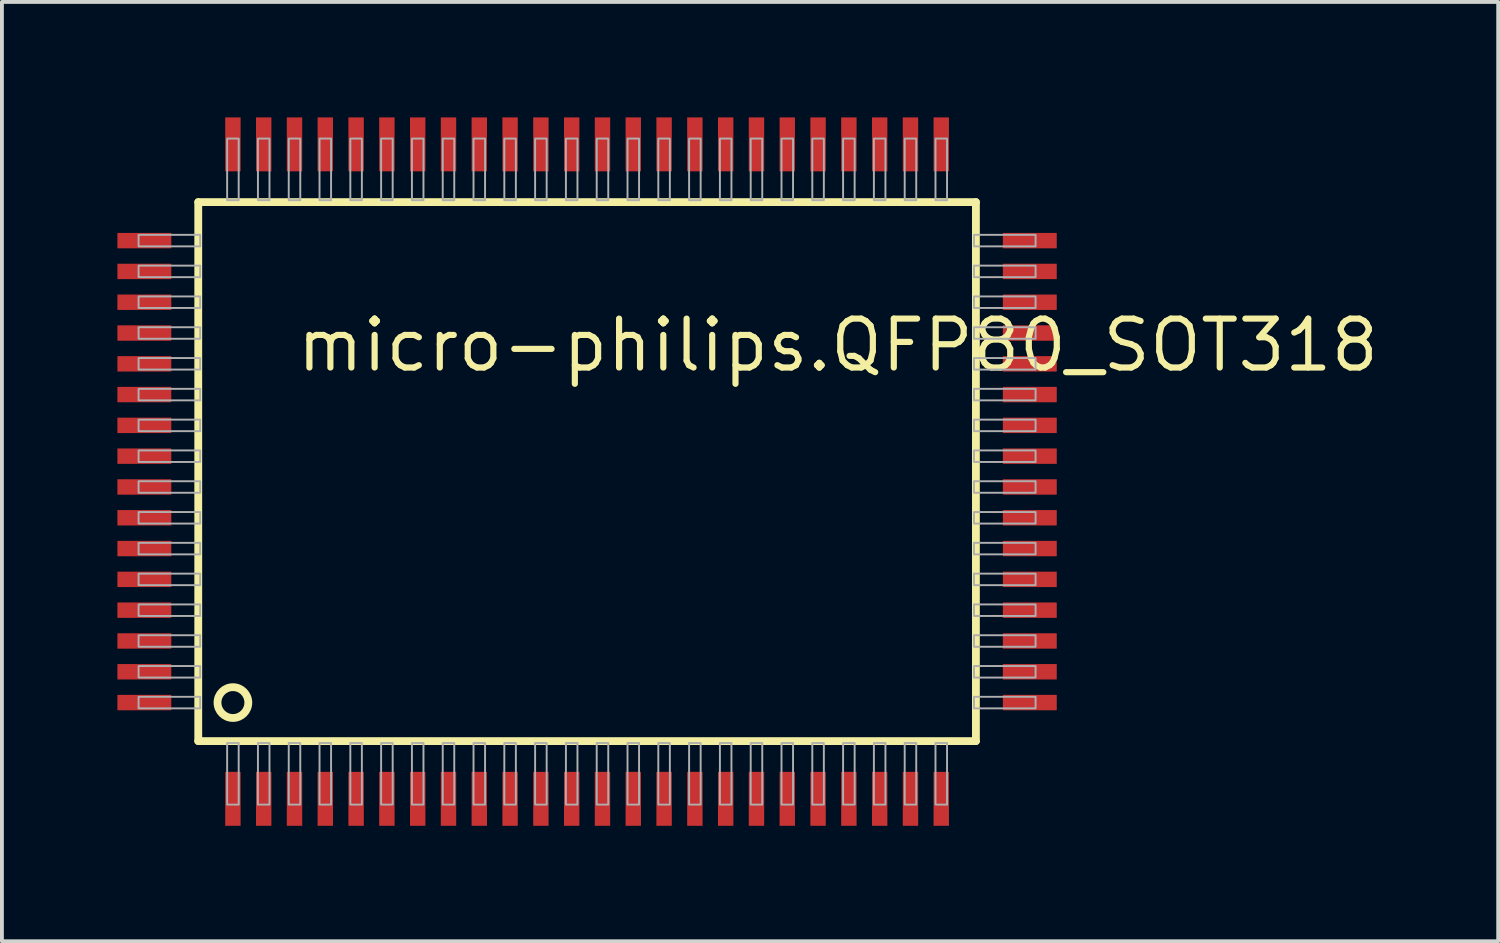
<source format=kicad_pcb>
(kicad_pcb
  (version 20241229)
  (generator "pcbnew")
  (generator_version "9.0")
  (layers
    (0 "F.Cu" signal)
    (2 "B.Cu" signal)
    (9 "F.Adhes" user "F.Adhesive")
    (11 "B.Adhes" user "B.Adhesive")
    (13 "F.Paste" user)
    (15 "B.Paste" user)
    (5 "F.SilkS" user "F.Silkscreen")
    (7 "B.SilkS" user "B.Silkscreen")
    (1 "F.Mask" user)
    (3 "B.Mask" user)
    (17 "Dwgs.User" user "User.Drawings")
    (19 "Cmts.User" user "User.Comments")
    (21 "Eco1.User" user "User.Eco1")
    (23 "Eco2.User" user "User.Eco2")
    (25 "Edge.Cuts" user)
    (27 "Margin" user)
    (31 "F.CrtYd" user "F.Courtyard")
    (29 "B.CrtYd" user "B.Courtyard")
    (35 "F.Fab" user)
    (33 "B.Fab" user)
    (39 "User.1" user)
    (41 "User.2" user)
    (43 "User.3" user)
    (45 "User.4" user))
  (footprint "micro-philips.QFP80_SOT318"
    (layer "F.Cu")
    (at 12.2 9.2)
    (property "Reference" "micro-philips.QFP80_SOT318" (at -7.62 -2.54 0) (layer "F.SilkS") (effects (font (size 1.27 1.27) (thickness 0.16)) (justify left bottom)))
    (attr smd)
    (fp_line (start -10.1 -7) (end 10.1 -7) (stroke (width 0.203) (type default)) (layer "F.SilkS"))
    (fp_line (start -10.1 7) (end -10.1 -7) (stroke (width 0.203) (type default)) (layer "F.SilkS"))
    (fp_line (start 10.1 -7) (end 10.1 7) (stroke (width 0.203) (type default)) (layer "F.SilkS"))
    (fp_line (start 10.1 7) (end -10.1 7) (stroke (width 0.203) (type default)) (layer "F.SilkS"))
    (fp_circle (center -9.2 6) (end -8.8 6) (stroke (width 0.203) (type default)) (fill no) (layer "F.SilkS"))
    (fp_rect (start -11.65 -5.85) (end -10.05 -6.15) (stroke (width 0.05) (type default)) (fill no) (layer "F.Fab"))
    (fp_rect (start -11.65 -5.05) (end -10.05 -5.35) (stroke (width 0.05) (type default)) (fill no) (layer "F.Fab"))
    (fp_rect (start -11.65 -4.25) (end -10.05 -4.55) (stroke (width 0.05) (type default)) (fill no) (layer "F.Fab"))
    (fp_rect (start -11.65 -3.45) (end -10.05 -3.75) (stroke (width 0.05) (type default)) (fill no) (layer "F.Fab"))
    (fp_rect (start -11.65 -2.65) (end -10.05 -2.95) (stroke (width 0.05) (type default)) (fill no) (layer "F.Fab"))
    (fp_rect (start -11.65 -1.85) (end -10.05 -2.15) (stroke (width 0.05) (type default)) (fill no) (layer "F.Fab"))
    (fp_rect (start -11.65 -1.05) (end -10.05 -1.35) (stroke (width 0.05) (type default)) (fill no) (layer "F.Fab"))
    (fp_rect (start -11.65 -0.25) (end -10.05 -0.55) (stroke (width 0.05) (type default)) (fill no) (layer "F.Fab"))
    (fp_rect (start -11.65 0.55) (end -10.05 0.25) (stroke (width 0.05) (type default)) (fill no) (layer "F.Fab"))
    (fp_rect (start -11.65 1.35) (end -10.05 1.05) (stroke (width 0.05) (type default)) (fill no) (layer "F.Fab"))
    (fp_rect (start -11.65 2.15) (end -10.05 1.85) (stroke (width 0.05) (type default)) (fill no) (layer "F.Fab"))
    (fp_rect (start -11.65 2.95) (end -10.05 2.65) (stroke (width 0.05) (type default)) (fill no) (layer "F.Fab"))
    (fp_rect (start -11.65 3.75) (end -10.05 3.45) (stroke (width 0.05) (type default)) (fill no) (layer "F.Fab"))
    (fp_rect (start -11.65 4.55) (end -10.05 4.25) (stroke (width 0.05) (type default)) (fill no) (layer "F.Fab"))
    (fp_rect (start -11.65 5.35) (end -10.05 5.05) (stroke (width 0.05) (type default)) (fill no) (layer "F.Fab"))
    (fp_rect (start -11.65 6.15) (end -10.05 5.85) (stroke (width 0.05) (type default)) (fill no) (layer "F.Fab"))
    (fp_rect (start -9.35 -7.05) (end -9.05 -8.65) (stroke (width 0.05) (type default)) (fill no) (layer "F.Fab"))
    (fp_rect (start -9.35 8.65) (end -9.05 7.05) (stroke (width 0.05) (type default)) (fill no) (layer "F.Fab"))
    (fp_rect (start -8.55 -7.05) (end -8.25 -8.65) (stroke (width 0.05) (type default)) (fill no) (layer "F.Fab"))
    (fp_rect (start -8.55 8.65) (end -8.25 7.05) (stroke (width 0.05) (type default)) (fill no) (layer "F.Fab"))
    (fp_rect (start -7.75 -7.05) (end -7.45 -8.65) (stroke (width 0.05) (type default)) (fill no) (layer "F.Fab"))
    (fp_rect (start -7.75 8.65) (end -7.45 7.05) (stroke (width 0.05) (type default)) (fill no) (layer "F.Fab"))
    (fp_rect (start -6.95 -7.05) (end -6.65 -8.65) (stroke (width 0.05) (type default)) (fill no) (layer "F.Fab"))
    (fp_rect (start -6.95 8.65) (end -6.65 7.05) (stroke (width 0.05) (type default)) (fill no) (layer "F.Fab"))
    (fp_rect (start -6.15 -7.05) (end -5.85 -8.65) (stroke (width 0.05) (type default)) (fill no) (layer "F.Fab"))
    (fp_rect (start -6.15 8.65) (end -5.85 7.05) (stroke (width 0.05) (type default)) (fill no) (layer "F.Fab"))
    (fp_rect (start -5.35 -7.05) (end -5.05 -8.65) (stroke (width 0.05) (type default)) (fill no) (layer "F.Fab"))
    (fp_rect (start -5.35 8.65) (end -5.05 7.05) (stroke (width 0.05) (type default)) (fill no) (layer "F.Fab"))
    (fp_rect (start -4.55 -7.05) (end -4.25 -8.65) (stroke (width 0.05) (type default)) (fill no) (layer "F.Fab"))
    (fp_rect (start -4.55 8.65) (end -4.25 7.05) (stroke (width 0.05) (type default)) (fill no) (layer "F.Fab"))
    (fp_rect (start -3.75 -7.05) (end -3.45 -8.65) (stroke (width 0.05) (type default)) (fill no) (layer "F.Fab"))
    (fp_rect (start -3.75 8.65) (end -3.45 7.05) (stroke (width 0.05) (type default)) (fill no) (layer "F.Fab"))
    (fp_rect (start -2.95 -7.05) (end -2.65 -8.65) (stroke (width 0.05) (type default)) (fill no) (layer "F.Fab"))
    (fp_rect (start -2.95 8.65) (end -2.65 7.05) (stroke (width 0.05) (type default)) (fill no) (layer "F.Fab"))
    (fp_rect (start -2.15 -7.05) (end -1.85 -8.65) (stroke (width 0.05) (type default)) (fill no) (layer "F.Fab"))
    (fp_rect (start -2.15 8.65) (end -1.85 7.05) (stroke (width 0.05) (type default)) (fill no) (layer "F.Fab"))
    (fp_rect (start -1.35 -7.05) (end -1.05 -8.65) (stroke (width 0.05) (type default)) (fill no) (layer "F.Fab"))
    (fp_rect (start -1.35 8.65) (end -1.05 7.05) (stroke (width 0.05) (type default)) (fill no) (layer "F.Fab"))
    (fp_rect (start -0.55 -7.05) (end -0.25 -8.65) (stroke (width 0.05) (type default)) (fill no) (layer "F.Fab"))
    (fp_rect (start -0.55 8.65) (end -0.25 7.05) (stroke (width 0.05) (type default)) (fill no) (layer "F.Fab"))
    (fp_rect (start 0.25 -7.05) (end 0.55 -8.65) (stroke (width 0.05) (type default)) (fill no) (layer "F.Fab"))
    (fp_rect (start 0.25 8.65) (end 0.55 7.05) (stroke (width 0.05) (type default)) (fill no) (layer "F.Fab"))
    (fp_rect (start 1.05 -7.05) (end 1.35 -8.65) (stroke (width 0.05) (type default)) (fill no) (layer "F.Fab"))
    (fp_rect (start 1.05 8.65) (end 1.35 7.05) (stroke (width 0.05) (type default)) (fill no) (layer "F.Fab"))
    (fp_rect (start 1.85 -7.05) (end 2.15 -8.65) (stroke (width 0.05) (type default)) (fill no) (layer "F.Fab"))
    (fp_rect (start 1.85 8.65) (end 2.15 7.05) (stroke (width 0.05) (type default)) (fill no) (layer "F.Fab"))
    (fp_rect (start 2.65 -7.05) (end 2.95 -8.65) (stroke (width 0.05) (type default)) (fill no) (layer "F.Fab"))
    (fp_rect (start 2.65 8.65) (end 2.95 7.05) (stroke (width 0.05) (type default)) (fill no) (layer "F.Fab"))
    (fp_rect (start 3.45 -7.05) (end 3.75 -8.65) (stroke (width 0.05) (type default)) (fill no) (layer "F.Fab"))
    (fp_rect (start 3.45 8.65) (end 3.75 7.05) (stroke (width 0.05) (type default)) (fill no) (layer "F.Fab"))
    (fp_rect (start 4.25 -7.05) (end 4.55 -8.65) (stroke (width 0.05) (type default)) (fill no) (layer "F.Fab"))
    (fp_rect (start 4.25 8.65) (end 4.55 7.05) (stroke (width 0.05) (type default)) (fill no) (layer "F.Fab"))
    (fp_rect (start 5.05 -7.05) (end 5.35 -8.65) (stroke (width 0.05) (type default)) (fill no) (layer "F.Fab"))
    (fp_rect (start 5.05 8.65) (end 5.35 7.05) (stroke (width 0.05) (type default)) (fill no) (layer "F.Fab"))
    (fp_rect (start 5.85 -7.05) (end 6.15 -8.65) (stroke (width 0.05) (type default)) (fill no) (layer "F.Fab"))
    (fp_rect (start 5.85 8.65) (end 6.15 7.05) (stroke (width 0.05) (type default)) (fill no) (layer "F.Fab"))
    (fp_rect (start 6.65 -7.05) (end 6.95 -8.65) (stroke (width 0.05) (type default)) (fill no) (layer "F.Fab"))
    (fp_rect (start 6.65 8.65) (end 6.95 7.05) (stroke (width 0.05) (type default)) (fill no) (layer "F.Fab"))
    (fp_rect (start 7.45 -7.05) (end 7.75 -8.65) (stroke (width 0.05) (type default)) (fill no) (layer "F.Fab"))
    (fp_rect (start 7.45 8.65) (end 7.75 7.05) (stroke (width 0.05) (type default)) (fill no) (layer "F.Fab"))
    (fp_rect (start 8.25 -7.05) (end 8.55 -8.65) (stroke (width 0.05) (type default)) (fill no) (layer "F.Fab"))
    (fp_rect (start 8.25 8.65) (end 8.55 7.05) (stroke (width 0.05) (type default)) (fill no) (layer "F.Fab"))
    (fp_rect (start 9.05 -7.05) (end 9.35 -8.65) (stroke (width 0.05) (type default)) (fill no) (layer "F.Fab"))
    (fp_rect (start 9.05 8.65) (end 9.35 7.05) (stroke (width 0.05) (type default)) (fill no) (layer "F.Fab"))
    (fp_rect (start 10.05 -5.85) (end 11.65 -6.15) (stroke (width 0.05) (type default)) (fill no) (layer "F.Fab"))
    (fp_rect (start 10.05 -5.05) (end 11.65 -5.35) (stroke (width 0.05) (type default)) (fill no) (layer "F.Fab"))
    (fp_rect (start 10.05 -4.25) (end 11.65 -4.55) (stroke (width 0.05) (type default)) (fill no) (layer "F.Fab"))
    (fp_rect (start 10.05 -3.45) (end 11.65 -3.75) (stroke (width 0.05) (type default)) (fill no) (layer "F.Fab"))
    (fp_rect (start 10.05 -2.65) (end 11.65 -2.95) (stroke (width 0.05) (type default)) (fill no) (layer "F.Fab"))
    (fp_rect (start 10.05 -1.85) (end 11.65 -2.15) (stroke (width 0.05) (type default)) (fill no) (layer "F.Fab"))
    (fp_rect (start 10.05 -1.05) (end 11.65 -1.35) (stroke (width 0.05) (type default)) (fill no) (layer "F.Fab"))
    (fp_rect (start 10.05 -0.25) (end 11.65 -0.55) (stroke (width 0.05) (type default)) (fill no) (layer "F.Fab"))
    (fp_rect (start 10.05 0.55) (end 11.65 0.25) (stroke (width 0.05) (type default)) (fill no) (layer "F.Fab"))
    (fp_rect (start 10.05 1.35) (end 11.65 1.05) (stroke (width 0.05) (type default)) (fill no) (layer "F.Fab"))
    (fp_rect (start 10.05 2.15) (end 11.65 1.85) (stroke (width 0.05) (type default)) (fill no) (layer "F.Fab"))
    (fp_rect (start 10.05 2.95) (end 11.65 2.65) (stroke (width 0.05) (type default)) (fill no) (layer "F.Fab"))
    (fp_rect (start 10.05 3.75) (end 11.65 3.45) (stroke (width 0.05) (type default)) (fill no) (layer "F.Fab"))
    (fp_rect (start 10.05 4.55) (end 11.65 4.25) (stroke (width 0.05) (type default)) (fill no) (layer "F.Fab"))
    (fp_rect (start 10.05 5.35) (end 11.65 5.05) (stroke (width 0.05) (type default)) (fill no) (layer "F.Fab"))
    (fp_rect (start 10.05 6.15) (end 11.65 5.85) (stroke (width 0.05) (type default)) (fill no) (layer "F.Fab"))
    (pad "1" smd roundrect (at -9.2 8.5) (size 0.4 1.4) (layers "F.Cu" "F.Mask" "F.Paste") (roundrect_rratio 0.01))
    (pad "2" smd roundrect (at -8.4 8.5) (size 0.4 1.4) (layers "F.Cu" "F.Mask" "F.Paste") (roundrect_rratio 0.01))
    (pad "3" smd roundrect (at -7.6 8.5) (size 0.4 1.4) (layers "F.Cu" "F.Mask" "F.Paste") (roundrect_rratio 0.01))
    (pad "4" smd roundrect (at -6.8 8.5) (size 0.4 1.4) (layers "F.Cu" "F.Mask" "F.Paste") (roundrect_rratio 0.01))
    (pad "5" smd roundrect (at -6 8.5) (size 0.4 1.4) (layers "F.Cu" "F.Mask" "F.Paste") (roundrect_rratio 0.01))
    (pad "6" smd roundrect (at -5.2 8.5) (size 0.4 1.4) (layers "F.Cu" "F.Mask" "F.Paste") (roundrect_rratio 0.01))
    (pad "7" smd roundrect (at -4.4 8.5) (size 0.4 1.4) (layers "F.Cu" "F.Mask" "F.Paste") (roundrect_rratio 0.01))
    (pad "8" smd roundrect (at -3.6 8.5) (size 0.4 1.4) (layers "F.Cu" "F.Mask" "F.Paste") (roundrect_rratio 0.01))
    (pad "9" smd roundrect (at -2.8 8.5) (size 0.4 1.4) (layers "F.Cu" "F.Mask" "F.Paste") (roundrect_rratio 0.01))
    (pad "10" smd roundrect (at -2 8.5) (size 0.4 1.4) (layers "F.Cu" "F.Mask" "F.Paste") (roundrect_rratio 0.01))
    (pad "11" smd roundrect (at -1.2 8.5) (size 0.4 1.4) (layers "F.Cu" "F.Mask" "F.Paste") (roundrect_rratio 0.01))
    (pad "12" smd roundrect (at -0.4 8.5) (size 0.4 1.4) (layers "F.Cu" "F.Mask" "F.Paste") (roundrect_rratio 0.01))
    (pad "13" smd roundrect (at 0.4 8.5) (size 0.4 1.4) (layers "F.Cu" "F.Mask" "F.Paste") (roundrect_rratio 0.01))
    (pad "14" smd roundrect (at 1.2 8.5) (size 0.4 1.4) (layers "F.Cu" "F.Mask" "F.Paste") (roundrect_rratio 0.01))
    (pad "15" smd roundrect (at 2 8.5) (size 0.4 1.4) (layers "F.Cu" "F.Mask" "F.Paste") (roundrect_rratio 0.01))
    (pad "16" smd roundrect (at 2.8 8.5) (size 0.4 1.4) (layers "F.Cu" "F.Mask" "F.Paste") (roundrect_rratio 0.01))
    (pad "17" smd roundrect (at 3.6 8.5) (size 0.4 1.4) (layers "F.Cu" "F.Mask" "F.Paste") (roundrect_rratio 0.01))
    (pad "18" smd roundrect (at 4.4 8.5) (size 0.4 1.4) (layers "F.Cu" "F.Mask" "F.Paste") (roundrect_rratio 0.01))
    (pad "19" smd roundrect (at 5.2 8.5) (size 0.4 1.4) (layers "F.Cu" "F.Mask" "F.Paste") (roundrect_rratio 0.01))
    (pad "20" smd roundrect (at 6 8.5) (size 0.4 1.4) (layers "F.Cu" "F.Mask" "F.Paste") (roundrect_rratio 0.01))
    (pad "21" smd roundrect (at 6.8 8.5) (size 0.4 1.4) (layers "F.Cu" "F.Mask" "F.Paste") (roundrect_rratio 0.01))
    (pad "22" smd roundrect (at 7.6 8.5) (size 0.4 1.4) (layers "F.Cu" "F.Mask" "F.Paste") (roundrect_rratio 0.01))
    (pad "23" smd roundrect (at 8.4 8.5) (size 0.4 1.4) (layers "F.Cu" "F.Mask" "F.Paste") (roundrect_rratio 0.01))
    (pad "24" smd roundrect (at 9.2 8.5) (size 0.4 1.4) (layers "F.Cu" "F.Mask" "F.Paste") (roundrect_rratio 0.01))
    (pad "25" smd roundrect (at 11.5 6) (size 1.4 0.4) (layers "F.Cu" "F.Mask" "F.Paste") (roundrect_rratio 0.01))
    (pad "26" smd roundrect (at 11.5 5.2) (size 1.4 0.4) (layers "F.Cu" "F.Mask" "F.Paste") (roundrect_rratio 0.01))
    (pad "27" smd roundrect (at 11.5 4.4) (size 1.4 0.4) (layers "F.Cu" "F.Mask" "F.Paste") (roundrect_rratio 0.01))
    (pad "28" smd roundrect (at 11.5 3.6) (size 1.4 0.4) (layers "F.Cu" "F.Mask" "F.Paste") (roundrect_rratio 0.01))
    (pad "29" smd roundrect (at 11.5 2.8) (size 1.4 0.4) (layers "F.Cu" "F.Mask" "F.Paste") (roundrect_rratio 0.01))
    (pad "30" smd roundrect (at 11.5 2) (size 1.4 0.4) (layers "F.Cu" "F.Mask" "F.Paste") (roundrect_rratio 0.01))
    (pad "31" smd roundrect (at 11.5 1.2) (size 1.4 0.4) (layers "F.Cu" "F.Mask" "F.Paste") (roundrect_rratio 0.01))
    (pad "32" smd roundrect (at 11.5 0.4) (size 1.4 0.4) (layers "F.Cu" "F.Mask" "F.Paste") (roundrect_rratio 0.01))
    (pad "33" smd roundrect (at 11.5 -0.4) (size 1.4 0.4) (layers "F.Cu" "F.Mask" "F.Paste") (roundrect_rratio 0.01))
    (pad "34" smd roundrect (at 11.5 -1.2) (size 1.4 0.4) (layers "F.Cu" "F.Mask" "F.Paste") (roundrect_rratio 0.01))
    (pad "35" smd roundrect (at 11.5 -2) (size 1.4 0.4) (layers "F.Cu" "F.Mask" "F.Paste") (roundrect_rratio 0.01))
    (pad "36" smd roundrect (at 11.5 -2.8) (size 1.4 0.4) (layers "F.Cu" "F.Mask" "F.Paste") (roundrect_rratio 0.01))
    (pad "37" smd roundrect (at 11.5 -3.6) (size 1.4 0.4) (layers "F.Cu" "F.Mask" "F.Paste") (roundrect_rratio 0.01))
    (pad "38" smd roundrect (at 11.5 -4.4) (size 1.4 0.4) (layers "F.Cu" "F.Mask" "F.Paste") (roundrect_rratio 0.01))
    (pad "39" smd roundrect (at 11.5 -5.2) (size 1.4 0.4) (layers "F.Cu" "F.Mask" "F.Paste") (roundrect_rratio 0.01))
    (pad "40" smd roundrect (at 11.5 -6) (size 1.4 0.4) (layers "F.Cu" "F.Mask" "F.Paste") (roundrect_rratio 0.01))
    (pad "41" smd roundrect (at 9.2 -8.5) (size 0.4 1.4) (layers "F.Cu" "F.Mask" "F.Paste") (roundrect_rratio 0.01))
    (pad "42" smd roundrect (at 8.4 -8.5) (size 0.4 1.4) (layers "F.Cu" "F.Mask" "F.Paste") (roundrect_rratio 0.01))
    (pad "43" smd roundrect (at 7.6 -8.5) (size 0.4 1.4) (layers "F.Cu" "F.Mask" "F.Paste") (roundrect_rratio 0.01))
    (pad "44" smd roundrect (at 6.8 -8.5) (size 0.4 1.4) (layers "F.Cu" "F.Mask" "F.Paste") (roundrect_rratio 0.01))
    (pad "45" smd roundrect (at 6 -8.5) (size 0.4 1.4) (layers "F.Cu" "F.Mask" "F.Paste") (roundrect_rratio 0.01))
    (pad "46" smd roundrect (at 5.2 -8.5) (size 0.4 1.4) (layers "F.Cu" "F.Mask" "F.Paste") (roundrect_rratio 0.01))
    (pad "47" smd roundrect (at 4.4 -8.5) (size 0.4 1.4) (layers "F.Cu" "F.Mask" "F.Paste") (roundrect_rratio 0.01))
    (pad "48" smd roundrect (at 3.6 -8.5) (size 0.4 1.4) (layers "F.Cu" "F.Mask" "F.Paste") (roundrect_rratio 0.01))
    (pad "49" smd roundrect (at 2.8 -8.5) (size 0.4 1.4) (layers "F.Cu" "F.Mask" "F.Paste") (roundrect_rratio 0.01))
    (pad "50" smd roundrect (at 2 -8.5) (size 0.4 1.4) (layers "F.Cu" "F.Mask" "F.Paste") (roundrect_rratio 0.01))
    (pad "51" smd roundrect (at 1.2 -8.5) (size 0.4 1.4) (layers "F.Cu" "F.Mask" "F.Paste") (roundrect_rratio 0.01))
    (pad "52" smd roundrect (at 0.4 -8.5) (size 0.4 1.4) (layers "F.Cu" "F.Mask" "F.Paste") (roundrect_rratio 0.01))
    (pad "53" smd roundrect (at -0.4 -8.5) (size 0.4 1.4) (layers "F.Cu" "F.Mask" "F.Paste") (roundrect_rratio 0.01))
    (pad "54" smd roundrect (at -1.2 -8.5) (size 0.4 1.4) (layers "F.Cu" "F.Mask" "F.Paste") (roundrect_rratio 0.01))
    (pad "55" smd roundrect (at -2 -8.5) (size 0.4 1.4) (layers "F.Cu" "F.Mask" "F.Paste") (roundrect_rratio 0.01))
    (pad "56" smd roundrect (at -2.8 -8.5) (size 0.4 1.4) (layers "F.Cu" "F.Mask" "F.Paste") (roundrect_rratio 0.01))
    (pad "57" smd roundrect (at -3.6 -8.5) (size 0.4 1.4) (layers "F.Cu" "F.Mask" "F.Paste") (roundrect_rratio 0.01))
    (pad "58" smd roundrect (at -4.4 -8.5) (size 0.4 1.4) (layers "F.Cu" "F.Mask" "F.Paste") (roundrect_rratio 0.01))
    (pad "59" smd roundrect (at -5.2 -8.5) (size 0.4 1.4) (layers "F.Cu" "F.Mask" "F.Paste") (roundrect_rratio 0.01))
    (pad "60" smd roundrect (at -6 -8.5) (size 0.4 1.4) (layers "F.Cu" "F.Mask" "F.Paste") (roundrect_rratio 0.01))
    (pad "61" smd roundrect (at -6.8 -8.5) (size 0.4 1.4) (layers "F.Cu" "F.Mask" "F.Paste") (roundrect_rratio 0.01))
    (pad "62" smd roundrect (at -7.6 -8.5) (size 0.4 1.4) (layers "F.Cu" "F.Mask" "F.Paste") (roundrect_rratio 0.01))
    (pad "63" smd roundrect (at -8.4 -8.5) (size 0.4 1.4) (layers "F.Cu" "F.Mask" "F.Paste") (roundrect_rratio 0.01))
    (pad "64" smd roundrect (at -9.2 -8.5) (size 0.4 1.4) (layers "F.Cu" "F.Mask" "F.Paste") (roundrect_rratio 0.01))
    (pad "65" smd roundrect (at -11.5 -6) (size 1.4 0.4) (layers "F.Cu" "F.Mask" "F.Paste") (roundrect_rratio 0.01))
    (pad "66" smd roundrect (at -11.5 -5.2) (size 1.4 0.4) (layers "F.Cu" "F.Mask" "F.Paste") (roundrect_rratio 0.01))
    (pad "67" smd roundrect (at -11.5 -4.4) (size 1.4 0.4) (layers "F.Cu" "F.Mask" "F.Paste") (roundrect_rratio 0.01))
    (pad "68" smd roundrect (at -11.5 -3.6) (size 1.4 0.4) (layers "F.Cu" "F.Mask" "F.Paste") (roundrect_rratio 0.01))
    (pad "69" smd roundrect (at -11.5 -2.8) (size 1.4 0.4) (layers "F.Cu" "F.Mask" "F.Paste") (roundrect_rratio 0.01))
    (pad "70" smd roundrect (at -11.5 -2) (size 1.4 0.4) (layers "F.Cu" "F.Mask" "F.Paste") (roundrect_rratio 0.01))
    (pad "71" smd roundrect (at -11.5 -1.2) (size 1.4 0.4) (layers "F.Cu" "F.Mask" "F.Paste") (roundrect_rratio 0.01))
    (pad "72" smd roundrect (at -11.5 -0.4) (size 1.4 0.4) (layers "F.Cu" "F.Mask" "F.Paste") (roundrect_rratio 0.01))
    (pad "73" smd roundrect (at -11.5 0.4) (size 1.4 0.4) (layers "F.Cu" "F.Mask" "F.Paste") (roundrect_rratio 0.01))
    (pad "74" smd roundrect (at -11.5 1.2) (size 1.4 0.4) (layers "F.Cu" "F.Mask" "F.Paste") (roundrect_rratio 0.01))
    (pad "75" smd roundrect (at -11.5 2) (size 1.4 0.4) (layers "F.Cu" "F.Mask" "F.Paste") (roundrect_rratio 0.01))
    (pad "76" smd roundrect (at -11.5 2.8) (size 1.4 0.4) (layers "F.Cu" "F.Mask" "F.Paste") (roundrect_rratio 0.01))
    (pad "77" smd roundrect (at -11.5 3.6) (size 1.4 0.4) (layers "F.Cu" "F.Mask" "F.Paste") (roundrect_rratio 0.01))
    (pad "78" smd roundrect (at -11.5 4.4) (size 1.4 0.4) (layers "F.Cu" "F.Mask" "F.Paste") (roundrect_rratio 0.01))
    (pad "79" smd roundrect (at -11.5 5.2) (size 1.4 0.4) (layers "F.Cu" "F.Mask" "F.Paste") (roundrect_rratio 0.01))
    (pad "80" smd roundrect (at -11.5 6) (size 1.4 0.4) (layers "F.Cu" "F.Mask" "F.Paste") (roundrect_rratio 0.01)))
  (gr_rect
    (start -3 -3)
    (end 35.867 21.4)
    (stroke (width 0.1) (type default))
    (fill no)
    (layer "Edge.Cuts")))
</source>
